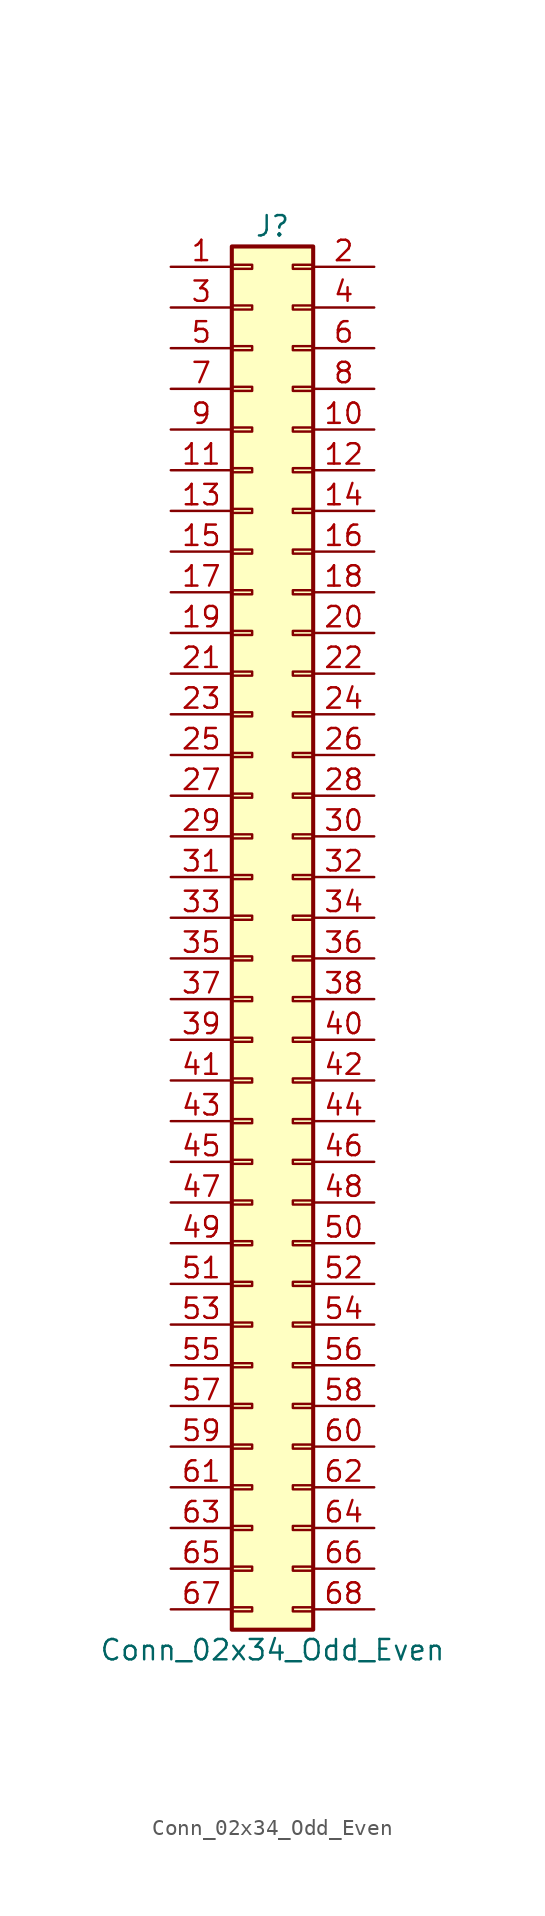
<source format=kicad_sym>
(kicad_symbol_lib
  (version 20201005)
  (generator kicad_symbol_editor)
  (symbol "Conn_02x34_Odd_Even"
    (pin_names
      (offset 1.016) hide)
    (property "Reference" "J"
      (at 1.27 43.18 0)
      (effects (font (size 1.27 1.27))))
    (property "Value" "Conn_02x34_Odd_Even"
      (at 1.27 -45.72 0)
      (effects (font (size 1.27 1.27))))
    (symbol "Conn_02x34_Odd_Even_1_1"
      (rectangle (start -1.27 -43.053) (end 0 -43.307) (stroke (width 0.152)) (fill (type none)))
      (rectangle (start -1.27 -40.513) (end 0 -40.767) (stroke (width 0.152)) (fill (type none)))
      (rectangle (start -1.27 -37.973) (end 0 -38.227) (stroke (width 0.152)) (fill (type none)))
      (rectangle (start -1.27 -35.433) (end 0 -35.687) (stroke (width 0.152)) (fill (type none)))
      (rectangle (start -1.27 -32.893) (end 0 -33.147) (stroke (width 0.152)) (fill (type none)))
      (rectangle (start -1.27 -30.353) (end 0 -30.607) (stroke (width 0.152)) (fill (type none)))
      (rectangle (start -1.27 -27.813) (end 0 -28.067) (stroke (width 0.152)) (fill (type none)))
      (rectangle (start -1.27 -25.273) (end 0 -25.527) (stroke (width 0.152)) (fill (type none)))
      (rectangle (start -1.27 -22.733) (end 0 -22.987) (stroke (width 0.152)) (fill (type none)))
      (rectangle (start -1.27 -20.193) (end 0 -20.447) (stroke (width 0.152)) (fill (type none)))
      (rectangle (start -1.27 -17.653) (end 0 -17.907) (stroke (width 0.152)) (fill (type none)))
      (rectangle (start -1.27 -15.113) (end 0 -15.367) (stroke (width 0.152)) (fill (type none)))
      (rectangle (start -1.27 -12.573) (end 0 -12.827) (stroke (width 0.152)) (fill (type none)))
      (rectangle (start -1.27 -10.033) (end 0 -10.287) (stroke (width 0.152)) (fill (type none)))
      (rectangle (start -1.27 -7.493) (end 0 -7.747) (stroke (width 0.152)) (fill (type none)))
      (rectangle (start -1.27 -4.953) (end 0 -5.207) (stroke (width 0.152)) (fill (type none)))
      (rectangle (start -1.27 -2.413) (end 0 -2.667) (stroke (width 0.152)) (fill (type none)))
      (rectangle (start -1.27 0.127) (end 0 -0.127) (stroke (width 0.152)) (fill (type none)))
      (rectangle (start -1.27 2.667) (end 0 2.413) (stroke (width 0.152)) (fill (type none)))
      (rectangle (start -1.27 5.207) (end 0 4.953) (stroke (width 0.152)) (fill (type none)))
      (rectangle (start -1.27 7.747) (end 0 7.493) (stroke (width 0.152)) (fill (type none)))
      (rectangle (start -1.27 10.287) (end 0 10.033) (stroke (width 0.152)) (fill (type none)))
      (rectangle (start -1.27 12.827) (end 0 12.573) (stroke (width 0.152)) (fill (type none)))
      (rectangle (start -1.27 15.367) (end 0 15.113) (stroke (width 0.152)) (fill (type none)))
      (rectangle (start -1.27 17.907) (end 0 17.653) (stroke (width 0.152)) (fill (type none)))
      (rectangle (start -1.27 20.447) (end 0 20.193) (stroke (width 0.152)) (fill (type none)))
      (rectangle (start -1.27 22.987) (end 0 22.733) (stroke (width 0.152)) (fill (type none)))
      (rectangle (start -1.27 25.527) (end 0 25.273) (stroke (width 0.152)) (fill (type none)))
      (rectangle (start -1.27 28.067) (end 0 27.813) (stroke (width 0.152)) (fill (type none)))
      (rectangle (start -1.27 30.607) (end 0 30.353) (stroke (width 0.152)) (fill (type none)))
      (rectangle (start -1.27 33.147) (end 0 32.893) (stroke (width 0.152)) (fill (type none)))
      (rectangle (start -1.27 35.687) (end 0 35.433) (stroke (width 0.152)) (fill (type none)))
      (rectangle (start -1.27 38.227) (end 0 37.973) (stroke (width 0.152)) (fill (type none)))
      (rectangle (start -1.27 40.767) (end 0 40.513) (stroke (width 0.152)) (fill (type none)))
      (rectangle (start -1.27 41.91) (end 3.81 -44.45) (stroke (width 0.254)) (fill (type background)))
      (rectangle (start 3.81 -43.053) (end 2.54 -43.307) (stroke (width 0.152)) (fill (type none)))
      (rectangle (start 3.81 -40.513) (end 2.54 -40.767) (stroke (width 0.152)) (fill (type none)))
      (rectangle (start 3.81 -37.973) (end 2.54 -38.227) (stroke (width 0.152)) (fill (type none)))
      (rectangle (start 3.81 -35.433) (end 2.54 -35.687) (stroke (width 0.152)) (fill (type none)))
      (rectangle (start 3.81 -32.893) (end 2.54 -33.147) (stroke (width 0.152)) (fill (type none)))
      (rectangle (start 3.81 -30.353) (end 2.54 -30.607) (stroke (width 0.152)) (fill (type none)))
      (rectangle (start 3.81 -27.813) (end 2.54 -28.067) (stroke (width 0.152)) (fill (type none)))
      (rectangle (start 3.81 -25.273) (end 2.54 -25.527) (stroke (width 0.152)) (fill (type none)))
      (rectangle (start 3.81 -22.733) (end 2.54 -22.987) (stroke (width 0.152)) (fill (type none)))
      (rectangle (start 3.81 -20.193) (end 2.54 -20.447) (stroke (width 0.152)) (fill (type none)))
      (rectangle (start 3.81 -17.653) (end 2.54 -17.907) (stroke (width 0.152)) (fill (type none)))
      (rectangle (start 3.81 -15.113) (end 2.54 -15.367) (stroke (width 0.152)) (fill (type none)))
      (rectangle (start 3.81 -12.573) (end 2.54 -12.827) (stroke (width 0.152)) (fill (type none)))
      (rectangle (start 3.81 -10.033) (end 2.54 -10.287) (stroke (width 0.152)) (fill (type none)))
      (rectangle (start 3.81 -7.493) (end 2.54 -7.747) (stroke (width 0.152)) (fill (type none)))
      (rectangle (start 3.81 -4.953) (end 2.54 -5.207) (stroke (width 0.152)) (fill (type none)))
      (rectangle (start 3.81 -2.413) (end 2.54 -2.667) (stroke (width 0.152)) (fill (type none)))
      (rectangle (start 3.81 0.127) (end 2.54 -0.127) (stroke (width 0.152)) (fill (type none)))
      (rectangle (start 3.81 2.667) (end 2.54 2.413) (stroke (width 0.152)) (fill (type none)))
      (rectangle (start 3.81 5.207) (end 2.54 4.953) (stroke (width 0.152)) (fill (type none)))
      (rectangle (start 3.81 7.747) (end 2.54 7.493) (stroke (width 0.152)) (fill (type none)))
      (rectangle (start 3.81 10.287) (end 2.54 10.033) (stroke (width 0.152)) (fill (type none)))
      (rectangle (start 3.81 12.827) (end 2.54 12.573) (stroke (width 0.152)) (fill (type none)))
      (rectangle (start 3.81 15.367) (end 2.54 15.113) (stroke (width 0.152)) (fill (type none)))
      (rectangle (start 3.81 17.907) (end 2.54 17.653) (stroke (width 0.152)) (fill (type none)))
      (rectangle (start 3.81 20.447) (end 2.54 20.193) (stroke (width 0.152)) (fill (type none)))
      (rectangle (start 3.81 22.987) (end 2.54 22.733) (stroke (width 0.152)) (fill (type none)))
      (rectangle (start 3.81 25.527) (end 2.54 25.273) (stroke (width 0.152)) (fill (type none)))
      (rectangle (start 3.81 28.067) (end 2.54 27.813) (stroke (width 0.152)) (fill (type none)))
      (rectangle (start 3.81 30.607) (end 2.54 30.353) (stroke (width 0.152)) (fill (type none)))
      (rectangle (start 3.81 33.147) (end 2.54 32.893) (stroke (width 0.152)) (fill (type none)))
      (rectangle (start 3.81 35.687) (end 2.54 35.433) (stroke (width 0.152)) (fill (type none)))
      (rectangle (start 3.81 38.227) (end 2.54 37.973) (stroke (width 0.152)) (fill (type none)))
      (rectangle (start 3.81 40.767) (end 2.54 40.513) (stroke (width 0.152)) (fill (type none)))
      (pin passive line (at -5.08 40.64 0) (length 3.81) (name "Pin_1" (effects (font (size 1.27 1.27)))) (number "1" (effects (font (size 1.27 1.27)))))
      (pin passive line (at 7.62 30.48 180) (length 3.81) (name "Pin_10" (effects (font (size 1.27 1.27)))) (number "10" (effects (font (size 1.27 1.27)))))
      (pin passive line (at -5.08 27.94 0) (length 3.81) (name "Pin_11" (effects (font (size 1.27 1.27)))) (number "11" (effects (font (size 1.27 1.27)))))
      (pin passive line (at 7.62 27.94 180) (length 3.81) (name "Pin_12" (effects (font (size 1.27 1.27)))) (number "12" (effects (font (size 1.27 1.27)))))
      (pin passive line (at -5.08 25.4 0) (length 3.81) (name "Pin_13" (effects (font (size 1.27 1.27)))) (number "13" (effects (font (size 1.27 1.27)))))
      (pin passive line (at 7.62 25.4 180) (length 3.81) (name "Pin_14" (effects (font (size 1.27 1.27)))) (number "14" (effects (font (size 1.27 1.27)))))
      (pin passive line (at -5.08 22.86 0) (length 3.81) (name "Pin_15" (effects (font (size 1.27 1.27)))) (number "15" (effects (font (size 1.27 1.27)))))
      (pin passive line (at 7.62 22.86 180) (length 3.81) (name "Pin_16" (effects (font (size 1.27 1.27)))) (number "16" (effects (font (size 1.27 1.27)))))
      (pin passive line (at -5.08 20.32 0) (length 3.81) (name "Pin_17" (effects (font (size 1.27 1.27)))) (number "17" (effects (font (size 1.27 1.27)))))
      (pin passive line (at 7.62 20.32 180) (length 3.81) (name "Pin_18" (effects (font (size 1.27 1.27)))) (number "18" (effects (font (size 1.27 1.27)))))
      (pin passive line (at -5.08 17.78 0) (length 3.81) (name "Pin_19" (effects (font (size 1.27 1.27)))) (number "19" (effects (font (size 1.27 1.27)))))
      (pin passive line (at 7.62 40.64 180) (length 3.81) (name "Pin_2" (effects (font (size 1.27 1.27)))) (number "2" (effects (font (size 1.27 1.27)))))
      (pin passive line (at 7.62 17.78 180) (length 3.81) (name "Pin_20" (effects (font (size 1.27 1.27)))) (number "20" (effects (font (size 1.27 1.27)))))
      (pin passive line (at -5.08 15.24 0) (length 3.81) (name "Pin_21" (effects (font (size 1.27 1.27)))) (number "21" (effects (font (size 1.27 1.27)))))
      (pin passive line (at 7.62 15.24 180) (length 3.81) (name "Pin_22" (effects (font (size 1.27 1.27)))) (number "22" (effects (font (size 1.27 1.27)))))
      (pin passive line (at -5.08 12.7 0) (length 3.81) (name "Pin_23" (effects (font (size 1.27 1.27)))) (number "23" (effects (font (size 1.27 1.27)))))
      (pin passive line (at 7.62 12.7 180) (length 3.81) (name "Pin_24" (effects (font (size 1.27 1.27)))) (number "24" (effects (font (size 1.27 1.27)))))
      (pin passive line (at -5.08 10.16 0) (length 3.81) (name "Pin_25" (effects (font (size 1.27 1.27)))) (number "25" (effects (font (size 1.27 1.27)))))
      (pin passive line (at 7.62 10.16 180) (length 3.81) (name "Pin_26" (effects (font (size 1.27 1.27)))) (number "26" (effects (font (size 1.27 1.27)))))
      (pin passive line (at -5.08 7.62 0) (length 3.81) (name "Pin_27" (effects (font (size 1.27 1.27)))) (number "27" (effects (font (size 1.27 1.27)))))
      (pin passive line (at 7.62 7.62 180) (length 3.81) (name "Pin_28" (effects (font (size 1.27 1.27)))) (number "28" (effects (font (size 1.27 1.27)))))
      (pin passive line (at -5.08 5.08 0) (length 3.81) (name "Pin_29" (effects (font (size 1.27 1.27)))) (number "29" (effects (font (size 1.27 1.27)))))
      (pin passive line (at -5.08 38.1 0) (length 3.81) (name "Pin_3" (effects (font (size 1.27 1.27)))) (number "3" (effects (font (size 1.27 1.27)))))
      (pin passive line (at 7.62 5.08 180) (length 3.81) (name "Pin_30" (effects (font (size 1.27 1.27)))) (number "30" (effects (font (size 1.27 1.27)))))
      (pin passive line (at -5.08 2.54 0) (length 3.81) (name "Pin_31" (effects (font (size 1.27 1.27)))) (number "31" (effects (font (size 1.27 1.27)))))
      (pin passive line (at 7.62 2.54 180) (length 3.81) (name "Pin_32" (effects (font (size 1.27 1.27)))) (number "32" (effects (font (size 1.27 1.27)))))
      (pin passive line (at -5.08 0 0) (length 3.81) (name "Pin_33" (effects (font (size 1.27 1.27)))) (number "33" (effects (font (size 1.27 1.27)))))
      (pin passive line (at 7.62 0 180) (length 3.81) (name "Pin_34" (effects (font (size 1.27 1.27)))) (number "34" (effects (font (size 1.27 1.27)))))
      (pin passive line (at -5.08 -2.54 0) (length 3.81) (name "Pin_35" (effects (font (size 1.27 1.27)))) (number "35" (effects (font (size 1.27 1.27)))))
      (pin passive line (at 7.62 -2.54 180) (length 3.81) (name "Pin_36" (effects (font (size 1.27 1.27)))) (number "36" (effects (font (size 1.27 1.27)))))
      (pin passive line (at -5.08 -5.08 0) (length 3.81) (name "Pin_37" (effects (font (size 1.27 1.27)))) (number "37" (effects (font (size 1.27 1.27)))))
      (pin passive line (at 7.62 -5.08 180) (length 3.81) (name "Pin_38" (effects (font (size 1.27 1.27)))) (number "38" (effects (font (size 1.27 1.27)))))
      (pin passive line (at -5.08 -7.62 0) (length 3.81) (name "Pin_39" (effects (font (size 1.27 1.27)))) (number "39" (effects (font (size 1.27 1.27)))))
      (pin passive line (at 7.62 38.1 180) (length 3.81) (name "Pin_4" (effects (font (size 1.27 1.27)))) (number "4" (effects (font (size 1.27 1.27)))))
      (pin passive line (at 7.62 -7.62 180) (length 3.81) (name "Pin_40" (effects (font (size 1.27 1.27)))) (number "40" (effects (font (size 1.27 1.27)))))
      (pin passive line (at -5.08 -10.16 0) (length 3.81) (name "Pin_41" (effects (font (size 1.27 1.27)))) (number "41" (effects (font (size 1.27 1.27)))))
      (pin passive line (at 7.62 -10.16 180) (length 3.81) (name "Pin_42" (effects (font (size 1.27 1.27)))) (number "42" (effects (font (size 1.27 1.27)))))
      (pin passive line (at -5.08 -12.7 0) (length 3.81) (name "Pin_43" (effects (font (size 1.27 1.27)))) (number "43" (effects (font (size 1.27 1.27)))))
      (pin passive line (at 7.62 -12.7 180) (length 3.81) (name "Pin_44" (effects (font (size 1.27 1.27)))) (number "44" (effects (font (size 1.27 1.27)))))
      (pin passive line (at -5.08 -15.24 0) (length 3.81) (name "Pin_45" (effects (font (size 1.27 1.27)))) (number "45" (effects (font (size 1.27 1.27)))))
      (pin passive line (at 7.62 -15.24 180) (length 3.81) (name "Pin_46" (effects (font (size 1.27 1.27)))) (number "46" (effects (font (size 1.27 1.27)))))
      (pin passive line (at -5.08 -17.78 0) (length 3.81) (name "Pin_47" (effects (font (size 1.27 1.27)))) (number "47" (effects (font (size 1.27 1.27)))))
      (pin passive line (at 7.62 -17.78 180) (length 3.81) (name "Pin_48" (effects (font (size 1.27 1.27)))) (number "48" (effects (font (size 1.27 1.27)))))
      (pin passive line (at -5.08 -20.32 0) (length 3.81) (name "Pin_49" (effects (font (size 1.27 1.27)))) (number "49" (effects (font (size 1.27 1.27)))))
      (pin passive line (at -5.08 35.56 0) (length 3.81) (name "Pin_5" (effects (font (size 1.27 1.27)))) (number "5" (effects (font (size 1.27 1.27)))))
      (pin passive line (at 7.62 -20.32 180) (length 3.81) (name "Pin_50" (effects (font (size 1.27 1.27)))) (number "50" (effects (font (size 1.27 1.27)))))
      (pin passive line (at -5.08 -22.86 0) (length 3.81) (name "Pin_51" (effects (font (size 1.27 1.27)))) (number "51" (effects (font (size 1.27 1.27)))))
      (pin passive line (at 7.62 -22.86 180) (length 3.81) (name "Pin_52" (effects (font (size 1.27 1.27)))) (number "52" (effects (font (size 1.27 1.27)))))
      (pin passive line (at -5.08 -25.4 0) (length 3.81) (name "Pin_53" (effects (font (size 1.27 1.27)))) (number "53" (effects (font (size 1.27 1.27)))))
      (pin passive line (at 7.62 -25.4 180) (length 3.81) (name "Pin_54" (effects (font (size 1.27 1.27)))) (number "54" (effects (font (size 1.27 1.27)))))
      (pin passive line (at -5.08 -27.94 0) (length 3.81) (name "Pin_55" (effects (font (size 1.27 1.27)))) (number "55" (effects (font (size 1.27 1.27)))))
      (pin passive line (at 7.62 -27.94 180) (length 3.81) (name "Pin_56" (effects (font (size 1.27 1.27)))) (number "56" (effects (font (size 1.27 1.27)))))
      (pin passive line (at -5.08 -30.48 0) (length 3.81) (name "Pin_57" (effects (font (size 1.27 1.27)))) (number "57" (effects (font (size 1.27 1.27)))))
      (pin passive line (at 7.62 -30.48 180) (length 3.81) (name "Pin_58" (effects (font (size 1.27 1.27)))) (number "58" (effects (font (size 1.27 1.27)))))
      (pin passive line (at -5.08 -33.02 0) (length 3.81) (name "Pin_59" (effects (font (size 1.27 1.27)))) (number "59" (effects (font (size 1.27 1.27)))))
      (pin passive line (at 7.62 35.56 180) (length 3.81) (name "Pin_6" (effects (font (size 1.27 1.27)))) (number "6" (effects (font (size 1.27 1.27)))))
      (pin passive line (at 7.62 -33.02 180) (length 3.81) (name "Pin_60" (effects (font (size 1.27 1.27)))) (number "60" (effects (font (size 1.27 1.27)))))
      (pin passive line (at -5.08 -35.56 0) (length 3.81) (name "Pin_61" (effects (font (size 1.27 1.27)))) (number "61" (effects (font (size 1.27 1.27)))))
      (pin passive line (at 7.62 -35.56 180) (length 3.81) (name "Pin_62" (effects (font (size 1.27 1.27)))) (number "62" (effects (font (size 1.27 1.27)))))
      (pin passive line (at -5.08 -38.1 0) (length 3.81) (name "Pin_63" (effects (font (size 1.27 1.27)))) (number "63" (effects (font (size 1.27 1.27)))))
      (pin passive line (at 7.62 -38.1 180) (length 3.81) (name "Pin_64" (effects (font (size 1.27 1.27)))) (number "64" (effects (font (size 1.27 1.27)))))
      (pin passive line (at -5.08 -40.64 0) (length 3.81) (name "Pin_65" (effects (font (size 1.27 1.27)))) (number "65" (effects (font (size 1.27 1.27)))))
      (pin passive line (at 7.62 -40.64 180) (length 3.81) (name "Pin_66" (effects (font (size 1.27 1.27)))) (number "66" (effects (font (size 1.27 1.27)))))
      (pin passive line (at -5.08 -43.18 0) (length 3.81) (name "Pin_67" (effects (font (size 1.27 1.27)))) (number "67" (effects (font (size 1.27 1.27)))))
      (pin passive line (at 7.62 -43.18 180) (length 3.81) (name "Pin_68" (effects (font (size 1.27 1.27)))) (number "68" (effects (font (size 1.27 1.27)))))
      (pin passive line (at -5.08 33.02 0) (length 3.81) (name "Pin_7" (effects (font (size 1.27 1.27)))) (number "7" (effects (font (size 1.27 1.27)))))
      (pin passive line (at 7.62 33.02 180) (length 3.81) (name "Pin_8" (effects (font (size 1.27 1.27)))) (number "8" (effects (font (size 1.27 1.27)))))
      (pin passive line (at -5.08 30.48 0) (length 3.81) (name "Pin_9" (effects (font (size 1.27 1.27)))) (number "9" (effects (font (size 1.27 1.27))))))))
</source>
